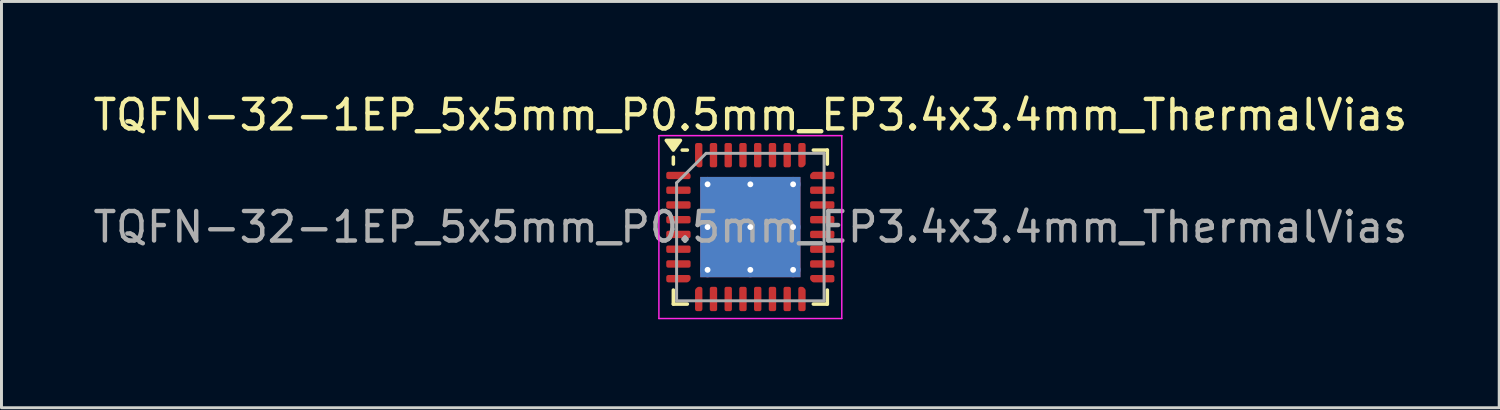
<source format=kicad_pcb>
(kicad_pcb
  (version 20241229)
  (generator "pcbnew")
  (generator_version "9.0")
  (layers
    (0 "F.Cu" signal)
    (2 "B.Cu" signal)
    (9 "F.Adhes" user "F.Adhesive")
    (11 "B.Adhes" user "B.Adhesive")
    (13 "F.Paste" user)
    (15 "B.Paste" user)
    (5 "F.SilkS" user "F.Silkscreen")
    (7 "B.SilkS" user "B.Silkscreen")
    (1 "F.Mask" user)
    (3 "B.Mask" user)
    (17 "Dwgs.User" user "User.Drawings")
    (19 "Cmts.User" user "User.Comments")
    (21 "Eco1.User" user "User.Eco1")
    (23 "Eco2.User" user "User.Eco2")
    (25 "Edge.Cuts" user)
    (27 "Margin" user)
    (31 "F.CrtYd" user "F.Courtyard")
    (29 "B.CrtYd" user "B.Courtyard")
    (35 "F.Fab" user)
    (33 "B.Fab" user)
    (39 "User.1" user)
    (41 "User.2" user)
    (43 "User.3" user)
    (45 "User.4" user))
  (footprint "TQFN-32-1EP_5x5mm_P0.5mm_EP3.4x3.4mm_ThermalVias"
    (layer "F.Cu")
    (at 22.387 4.648)
    (property "Reference" "TQFN-32-1EP_5x5mm_P0.5mm_EP3.4x3.4mm_ThermalVias" (at 0 -3.8 0) (layer "F.SilkS") (effects (font (size 1 1) (thickness 0.15))))
    (attr smd)
    (fp_line (start -2.61 -2.135) (end -2.61 -2.37) (stroke (width 0.12) (type solid)) (layer "F.SilkS"))
    (fp_line (start -2.61 2.61) (end -2.61 2.135) (stroke (width 0.12) (type solid)) (layer "F.SilkS"))
    (fp_line (start -2.135 -2.61) (end -2.31 -2.61) (stroke (width 0.12) (type solid)) (layer "F.SilkS"))
    (fp_line (start -2.135 2.61) (end -2.61 2.61) (stroke (width 0.12) (type solid)) (layer "F.SilkS"))
    (fp_line (start 2.135 -2.61) (end 2.61 -2.61) (stroke (width 0.12) (type solid)) (layer "F.SilkS"))
    (fp_line (start 2.135 2.61) (end 2.61 2.61) (stroke (width 0.12) (type solid)) (layer "F.SilkS"))
    (fp_line (start 2.61 -2.61) (end 2.61 -2.135) (stroke (width 0.12) (type solid)) (layer "F.SilkS"))
    (fp_line (start 2.61 2.61) (end 2.61 2.135) (stroke (width 0.12) (type solid)) (layer "F.SilkS"))
    (fp_poly (pts (xy -2.61 -2.61) (xy -2.85 -2.94) (xy -2.37 -2.94) (xy -2.61 -2.61)) (stroke (width 0.12) (type solid)) (fill yes) (layer "F.SilkS"))
    (fp_line (start -3.1 -3.1) (end -3.1 3.1) (stroke (width 0.05) (type solid)) (layer "F.CrtYd"))
    (fp_line (start -3.1 3.1) (end 3.1 3.1) (stroke (width 0.05) (type solid)) (layer "F.CrtYd"))
    (fp_line (start 3.1 -3.1) (end -3.1 -3.1) (stroke (width 0.05) (type solid)) (layer "F.CrtYd"))
    (fp_line (start 3.1 3.1) (end 3.1 -3.1) (stroke (width 0.05) (type solid)) (layer "F.CrtYd"))
    (fp_line (start -2.5 -1.5) (end -1.5 -2.5) (stroke (width 0.1) (type solid)) (layer "F.Fab"))
    (fp_line (start -2.5 2.5) (end -2.5 -1.5) (stroke (width 0.1) (type solid)) (layer "F.Fab"))
    (fp_line (start -1.5 -2.5) (end 2.5 -2.5) (stroke (width 0.1) (type solid)) (layer "F.Fab"))
    (fp_line (start 2.5 -2.5) (end 2.5 2.5) (stroke (width 0.1) (type solid)) (layer "F.Fab"))
    (fp_line (start 2.5 2.5) (end -2.5 2.5) (stroke (width 0.1) (type solid)) (layer "F.Fab"))
    (fp_text user "${REFERENCE}" (at 0 0 0) (layer "F.Fab") (effects (font (size 1 1) (thickness 0.15))))
    (pad "" smd roundrect (at -0.85 -0.85) (size 1.47 1.47) (layers "F.Paste") (roundrect_rratio 0.17))
    (pad "" smd roundrect (at -0.85 0.85) (size 1.47 1.47) (layers "F.Paste") (roundrect_rratio 0.17))
    (pad "" smd roundrect (at 0.85 -0.85) (size 1.47 1.47) (layers "F.Paste") (roundrect_rratio 0.17))
    (pad "" smd roundrect (at 0.85 0.85) (size 1.47 1.47) (layers "F.Paste") (roundrect_rratio 0.17))
    (pad "1" smd custom (at -2.438 -1.75) (size 0.186 0.186) (layers "F.Cu" "F.Mask" "F.Paste") (options (anchor circle)) (primitives (gr_poly (pts (xy -0.35 -0.062) (xy 0.297 -0.062) (xy 0.35 -0.009) (xy 0.35 0.062) (xy -0.35 0.062)) (width 0.125) (fill yes))))
    (pad "2" smd roundrect (at -2.438 -1.25) (size 0.825 0.25) (layers "F.Cu" "F.Mask" "F.Paste") (roundrect_rratio 0.25))
    (pad "3" smd roundrect (at -2.438 -0.75) (size 0.825 0.25) (layers "F.Cu" "F.Mask" "F.Paste") (roundrect_rratio 0.25))
    (pad "4" smd roundrect (at -2.438 -0.25) (size 0.825 0.25) (layers "F.Cu" "F.Mask" "F.Paste") (roundrect_rratio 0.25))
    (pad "5" smd roundrect (at -2.438 0.25) (size 0.825 0.25) (layers "F.Cu" "F.Mask" "F.Paste") (roundrect_rratio 0.25))
    (pad "6" smd roundrect (at -2.438 0.75) (size 0.825 0.25) (layers "F.Cu" "F.Mask" "F.Paste") (roundrect_rratio 0.25))
    (pad "7" smd roundrect (at -2.438 1.25) (size 0.825 0.25) (layers "F.Cu" "F.Mask" "F.Paste") (roundrect_rratio 0.25))
    (pad "8" smd custom (at -2.438 1.75) (size 0.186 0.186) (layers "F.Cu" "F.Mask" "F.Paste") (options (anchor circle)) (primitives (gr_poly (pts (xy -0.35 -0.062) (xy 0.35 -0.062) (xy 0.35 0.009) (xy 0.297 0.062) (xy -0.35 0.062)) (width 0.125) (fill yes))))
    (pad "9" smd custom (at -1.75 2.438) (size 0.186 0.186) (layers "F.Cu" "F.Mask" "F.Paste") (options (anchor circle)) (primitives (gr_poly (pts (xy -0.062 -0.297) (xy -0.009 -0.35) (xy 0.062 -0.35) (xy 0.062 0.35) (xy -0.062 0.35)) (width 0.125) (fill yes))))
    (pad "10" smd roundrect (at -1.25 2.438) (size 0.25 0.825) (layers "F.Cu" "F.Mask" "F.Paste") (roundrect_rratio 0.25))
    (pad "11" smd roundrect (at -0.75 2.438) (size 0.25 0.825) (layers "F.Cu" "F.Mask" "F.Paste") (roundrect_rratio 0.25))
    (pad "12" smd roundrect (at -0.25 2.438) (size 0.25 0.825) (layers "F.Cu" "F.Mask" "F.Paste") (roundrect_rratio 0.25))
    (pad "13" smd roundrect (at 0.25 2.438) (size 0.25 0.825) (layers "F.Cu" "F.Mask" "F.Paste") (roundrect_rratio 0.25))
    (pad "14" smd roundrect (at 0.75 2.438) (size 0.25 0.825) (layers "F.Cu" "F.Mask" "F.Paste") (roundrect_rratio 0.25))
    (pad "15" smd roundrect (at 1.25 2.438) (size 0.25 0.825) (layers "F.Cu" "F.Mask" "F.Paste") (roundrect_rratio 0.25))
    (pad "16" smd custom (at 1.75 2.438) (size 0.186 0.186) (layers "F.Cu" "F.Mask" "F.Paste") (options (anchor circle)) (primitives (gr_poly (pts (xy -0.062 -0.35) (xy 0.009 -0.35) (xy 0.062 -0.297) (xy 0.062 0.35) (xy -0.062 0.35)) (width 0.125) (fill yes))))
    (pad "17" smd custom (at 2.438 1.75) (size 0.186 0.186) (layers "F.Cu" "F.Mask" "F.Paste") (options (anchor circle)) (primitives (gr_poly (pts (xy -0.35 -0.062) (xy 0.35 -0.062) (xy 0.35 0.062) (xy -0.297 0.062) (xy -0.35 0.009)) (width 0.125) (fill yes))))
    (pad "18" smd roundrect (at 2.438 1.25) (size 0.825 0.25) (layers "F.Cu" "F.Mask" "F.Paste") (roundrect_rratio 0.25))
    (pad "19" smd roundrect (at 2.438 0.75) (size 0.825 0.25) (layers "F.Cu" "F.Mask" "F.Paste") (roundrect_rratio 0.25))
    (pad "20" smd roundrect (at 2.438 0.25) (size 0.825 0.25) (layers "F.Cu" "F.Mask" "F.Paste") (roundrect_rratio 0.25))
    (pad "21" smd roundrect (at 2.438 -0.25) (size 0.825 0.25) (layers "F.Cu" "F.Mask" "F.Paste") (roundrect_rratio 0.25))
    (pad "22" smd roundrect (at 2.438 -0.75) (size 0.825 0.25) (layers "F.Cu" "F.Mask" "F.Paste") (roundrect_rratio 0.25))
    (pad "23" smd roundrect (at 2.438 -1.25) (size 0.825 0.25) (layers "F.Cu" "F.Mask" "F.Paste") (roundrect_rratio 0.25))
    (pad "24" smd custom (at 2.438 -1.75) (size 0.186 0.186) (layers "F.Cu" "F.Mask" "F.Paste") (options (anchor circle)) (primitives (gr_poly (pts (xy -0.35 -0.009) (xy -0.297 -0.062) (xy 0.35 -0.062) (xy 0.35 0.062) (xy -0.35 0.062)) (width 0.125) (fill yes))))
    (pad "25" smd custom (at 1.75 -2.438) (size 0.186 0.186) (layers "F.Cu" "F.Mask" "F.Paste") (options (anchor circle)) (primitives (gr_poly (pts (xy -0.062 -0.35) (xy 0.062 -0.35) (xy 0.062 0.297) (xy 0.009 0.35) (xy -0.062 0.35)) (width 0.125) (fill yes))))
    (pad "26" smd roundrect (at 1.25 -2.438) (size 0.25 0.825) (layers "F.Cu" "F.Mask" "F.Paste") (roundrect_rratio 0.25))
    (pad "27" smd roundrect (at 0.75 -2.438) (size 0.25 0.825) (layers "F.Cu" "F.Mask" "F.Paste") (roundrect_rratio 0.25))
    (pad "28" smd roundrect (at 0.25 -2.438) (size 0.25 0.825) (layers "F.Cu" "F.Mask" "F.Paste") (roundrect_rratio 0.25))
    (pad "29" smd roundrect (at -0.25 -2.438) (size 0.25 0.825) (layers "F.Cu" "F.Mask" "F.Paste") (roundrect_rratio 0.25))
    (pad "30" smd roundrect (at -0.75 -2.438) (size 0.25 0.825) (layers "F.Cu" "F.Mask" "F.Paste") (roundrect_rratio 0.25))
    (pad "31" smd roundrect (at -1.25 -2.438) (size 0.25 0.825) (layers "F.Cu" "F.Mask" "F.Paste") (roundrect_rratio 0.25))
    (pad "32" smd custom (at -1.75 -2.438) (size 0.186 0.186) (layers "F.Cu" "F.Mask" "F.Paste") (options (anchor circle)) (primitives (gr_poly (pts (xy -0.062 -0.35) (xy 0.062 -0.35) (xy 0.062 0.35) (xy -0.009 0.35) (xy -0.062 0.297)) (width 0.125) (fill yes))))
    (pad "33" thru_hole circle (at -1.45 -1.45) (size 0.5 0.5) (drill 0.2) (property pad_prop_heatsink) (layers "*.Cu"))
    (pad "33" thru_hole circle (at -1.45 0) (size 0.5 0.5) (drill 0.2) (property pad_prop_heatsink) (layers "*.Cu"))
    (pad "33" thru_hole circle (at -1.45 1.45) (size 0.5 0.5) (drill 0.2) (property pad_prop_heatsink) (layers "*.Cu"))
    (pad "33" thru_hole circle (at 0 -1.45) (size 0.5 0.5) (drill 0.2) (property pad_prop_heatsink) (layers "*.Cu"))
    (pad "33" thru_hole circle (at 0 0) (size 0.5 0.5) (drill 0.2) (property pad_prop_heatsink) (layers "*.Cu"))
    (pad "33" smd rect (at 0 0) (size 3.4 3.4) (property pad_prop_heatsink) (layers "F.Cu" "F.Mask"))
    (pad "33" smd rect (at 0 0) (size 3.4 3.4) (property pad_prop_heatsink) (layers "B.Cu"))
    (pad "33" thru_hole circle (at 0 1.45) (size 0.5 0.5) (drill 0.2) (property pad_prop_heatsink) (layers "*.Cu"))
    (pad "33" thru_hole circle (at 1.45 -1.45) (size 0.5 0.5) (drill 0.2) (property pad_prop_heatsink) (layers "*.Cu"))
    (pad "33" thru_hole circle (at 1.45 0) (size 0.5 0.5) (drill 0.2) (property pad_prop_heatsink) (layers "*.Cu"))
    (pad "33" thru_hole circle (at 1.45 1.45) (size 0.5 0.5) (drill 0.2) (property pad_prop_heatsink) (layers "*.Cu")))
  (gr_rect
    (start -3 -3)
    (end 47.774 10.773)
    (stroke (width 0.1) (type default))
    (fill no)
    (layer "Edge.Cuts")))
</source>
